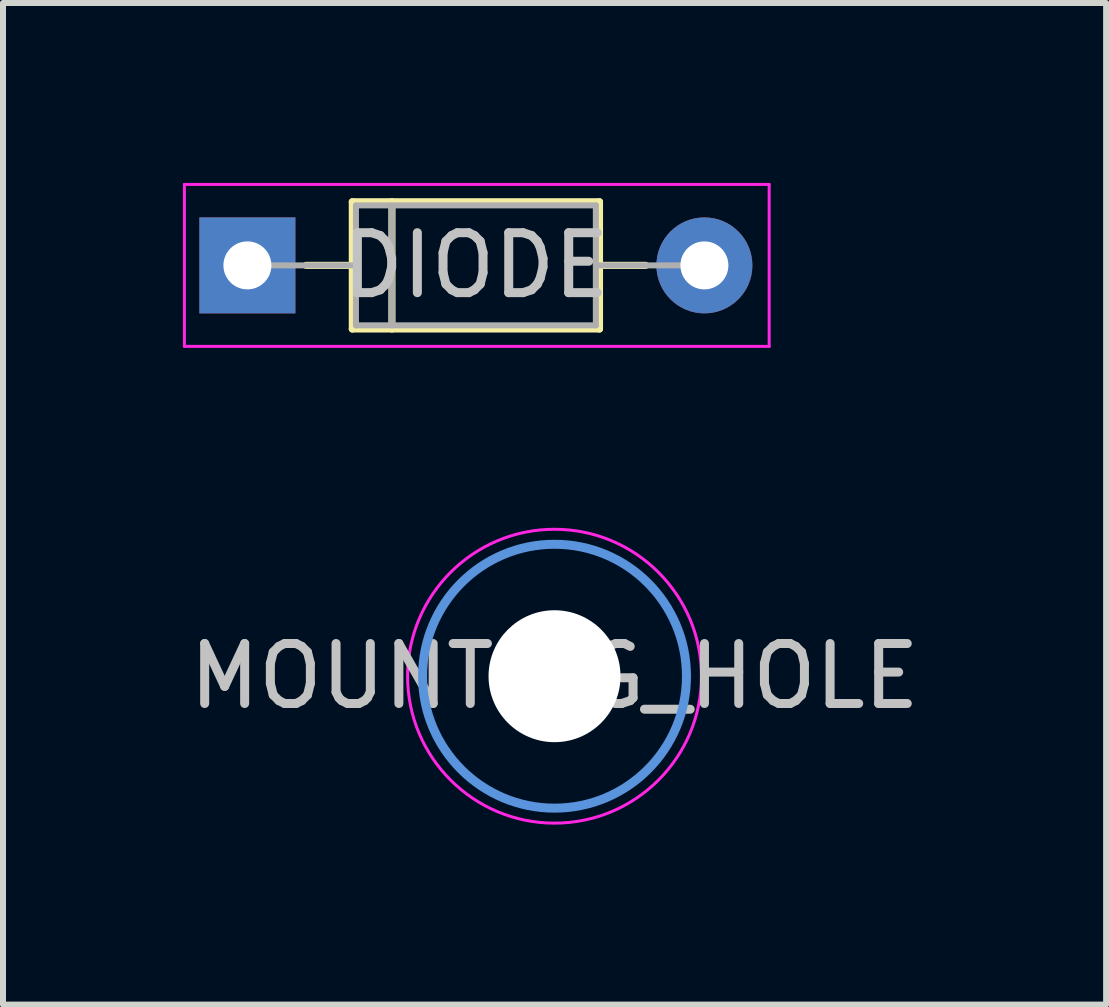
<source format=kicad_pcb>
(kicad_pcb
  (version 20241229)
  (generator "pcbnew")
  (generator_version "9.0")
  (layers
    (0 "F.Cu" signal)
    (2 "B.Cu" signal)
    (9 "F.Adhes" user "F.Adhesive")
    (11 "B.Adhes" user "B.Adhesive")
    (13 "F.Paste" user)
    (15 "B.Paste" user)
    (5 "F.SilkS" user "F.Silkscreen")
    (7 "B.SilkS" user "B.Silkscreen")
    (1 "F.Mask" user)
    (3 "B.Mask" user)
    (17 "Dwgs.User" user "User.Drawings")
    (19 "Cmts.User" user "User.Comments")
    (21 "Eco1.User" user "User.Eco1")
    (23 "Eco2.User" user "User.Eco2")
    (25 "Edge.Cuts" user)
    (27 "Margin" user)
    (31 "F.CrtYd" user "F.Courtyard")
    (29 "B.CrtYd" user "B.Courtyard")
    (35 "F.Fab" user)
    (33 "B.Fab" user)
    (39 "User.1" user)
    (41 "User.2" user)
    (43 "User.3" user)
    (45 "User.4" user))
  (footprint "DIODE"
    (layer "F.Cu")
    (at 1.075 1.375)
    (property "Reference" "DIODE" (at 3.81 0 0) (layer "Dwgs.User") (effects (font (size 1 1) (thickness 0.15))))
    (attr through_hole)
    (fp_line (start 0.98 0) (end 1.75 0) (stroke (width 0.12) (type solid)) (layer "F.SilkS"))
    (fp_line (start 1.75 -1.06) (end 1.75 1.06) (stroke (width 0.12) (type solid)) (layer "F.SilkS"))
    (fp_line (start 1.75 1.06) (end 5.87 1.06) (stroke (width 0.12) (type solid)) (layer "F.SilkS"))
    (fp_line (start 2.41 -1.06) (end 2.41 1.06) (stroke (width 0.12) (type solid)) (layer "F.SilkS"))
    (fp_line (start 5.87 -1.06) (end 1.75 -1.06) (stroke (width 0.12) (type solid)) (layer "F.SilkS"))
    (fp_line (start 5.87 1.06) (end 5.87 -1.06) (stroke (width 0.12) (type solid)) (layer "F.SilkS"))
    (fp_line (start 6.64 0) (end 5.87 0) (stroke (width 0.12) (type solid)) (layer "F.SilkS"))
    (fp_line (start -1.05 -1.35) (end -1.05 1.35) (stroke (width 0.05) (type solid)) (layer "F.CrtYd"))
    (fp_line (start -1.05 1.35) (end 8.7 1.35) (stroke (width 0.05) (type solid)) (layer "F.CrtYd"))
    (fp_line (start 8.7 -1.35) (end -1.05 -1.35) (stroke (width 0.05) (type solid)) (layer "F.CrtYd"))
    (fp_line (start 8.7 1.35) (end 8.7 -1.35) (stroke (width 0.05) (type solid)) (layer "F.CrtYd"))
    (fp_line (start 0 0) (end 1.81 0) (stroke (width 0.1) (type solid)) (layer "F.Fab"))
    (fp_line (start 1.81 -1) (end 1.81 1) (stroke (width 0.1) (type solid)) (layer "F.Fab"))
    (fp_line (start 1.81 1) (end 5.81 1) (stroke (width 0.1) (type solid)) (layer "F.Fab"))
    (fp_line (start 2.41 -1) (end 2.41 1) (stroke (width 0.1) (type solid)) (layer "F.Fab"))
    (fp_line (start 5.81 -1) (end 1.81 -1) (stroke (width 0.1) (type solid)) (layer "F.Fab"))
    (fp_line (start 5.81 1) (end 5.81 -1) (stroke (width 0.1) (type solid)) (layer "F.Fab"))
    (fp_line (start 7.62 0) (end 5.81 0) (stroke (width 0.1) (type solid)) (layer "F.Fab"))
    (pad "1" thru_hole rect (at 0 0) (size 1.6 1.6) (drill 0.8) (layers "*.Cu" "*.Mask"))
    (pad "2" thru_hole oval (at 7.62 0) (size 1.6 1.6) (drill 0.8) (layers "*.Cu" "*.Mask")))
  (footprint "MOUNTING_HOLE"
    (layer "F.Cu")
    (at 6.196 8.225)
    (property "Reference" "MOUNTING_HOLE" (at 0 0 0) (layer "Dwgs.User") (effects (font (size 1 1) (thickness 0.15))))
    (attr through_hole)
    (fp_circle (center 0 0) (end 2.2 0) (stroke (width 0.15) (type solid)) (fill no) (layer "Cmts.User"))
    (fp_circle (center 0 0) (end 2.45 0) (stroke (width 0.05) (type solid)) (fill no) (layer "F.CrtYd"))
    (pad "" np_thru_hole circle (at 0 0) (size 2.2 2.2) (drill 2.2) (layers "*.Cu" "*.Mask")))
  (gr_rect
    (start -3 -3)
    (end 15.393 13.7)
    (stroke (width 0.1) (type default))
    (fill no)
    (layer "Edge.Cuts")))
</source>
